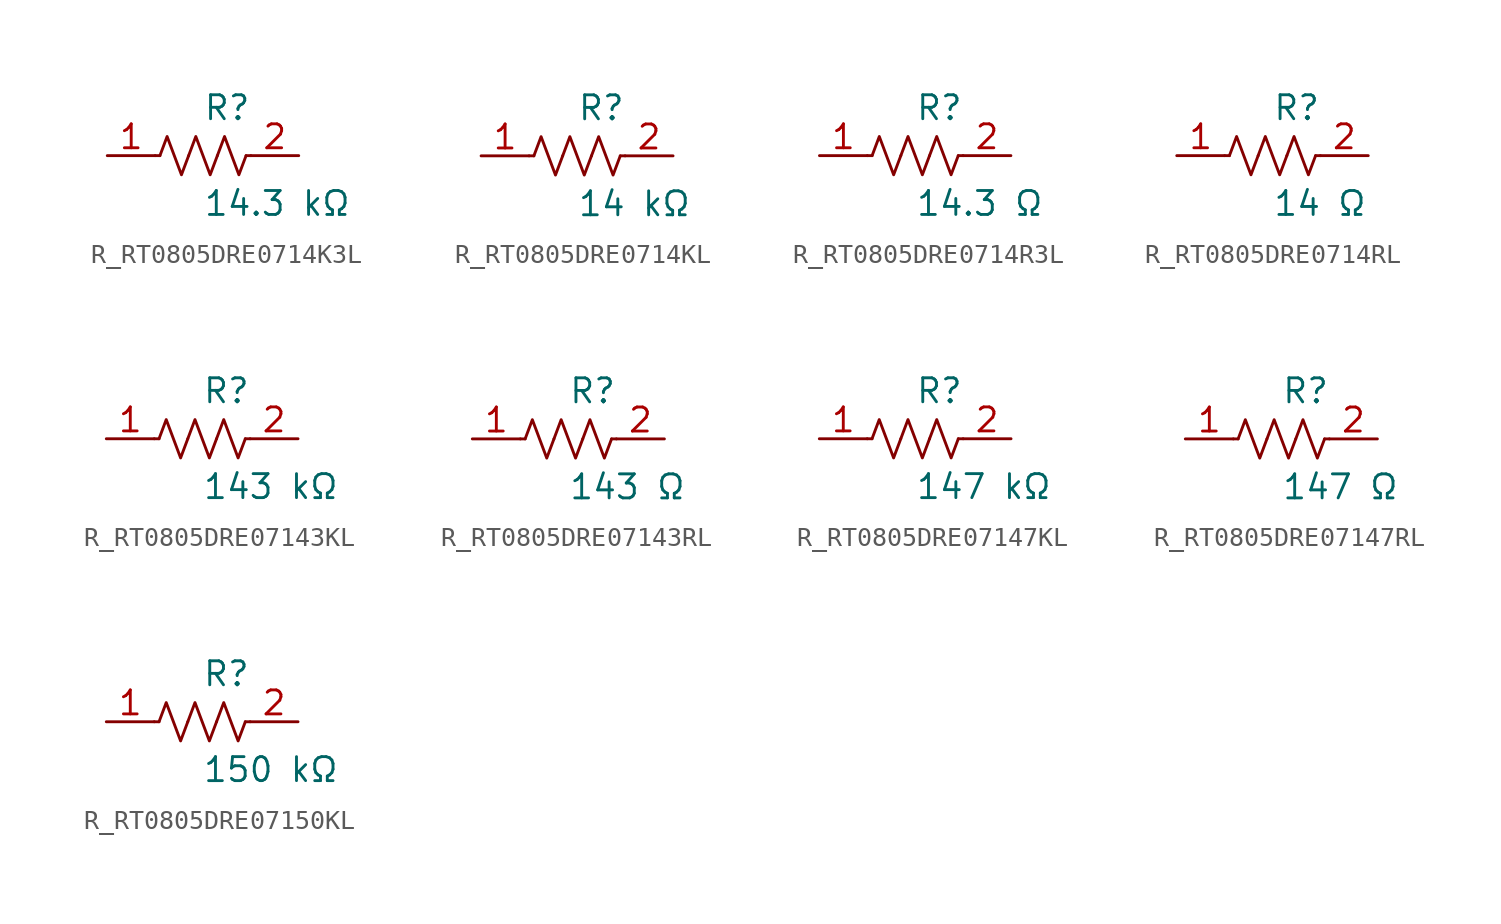
<source format=kicad_sym>
(kicad_symbol_lib
  (version 20231120)
  (generator kicad_symbol_editor)
  (generator_version 8.0)
  (symbol "R_RT0805DRE0714K3L"
    (pin_names
      (offset 0.254))
    (property "Reference" "R"
      (at 0 2.54 0)
      (effects (font (size 1.27 1.27)) (justify left)))
    (property "Value" "14.3 kΩ"
      (at 0 -2.54 0)
      (effects (font (size 1.27 1.27)) (justify left)))
    (symbol "R_RT0805DRE0714K3L_0_1"
      (polyline (pts (xy 2.286 0) (xy 2.54 0)) (stroke (width 0) (type default)) (fill (type none)))
      (polyline (pts (xy -2.286 0) (xy -2.54 0)) (stroke (width 0) (type default)) (fill (type none)))
      (polyline (pts (xy 0.762 0) (xy 1.143 1.016) (xy 1.524 0) (xy 1.905 -1.016) (xy 2.286 0)) (stroke (width 0) (type default)) (fill (type none)))
      (polyline (pts (xy -0.762 0) (xy -0.381 1.016) (xy 0 0) (xy 0.381 -1.016) (xy 0.762 0)) (stroke (width 0) (type default)) (fill (type none)))
      (polyline (pts (xy -2.286 0) (xy -1.905 1.016) (xy -1.524 0) (xy -1.143 -1.016) (xy -0.762 0)) (stroke (width 0) (type default)) (fill (type none))))
    (pin passive line
      (at -5.08 0 0)
      (length 2.54)
      (name "" (effects (font (size 1.27 1.27))))
      (number "1" (effects (font (size 1.27 1.27)))))
    (pin passive line
      (at 5.08 0 180)
      (length 2.54)
      (name "" (effects (font (size 1.27 1.27))))
      (number "2" (effects (font (size 1.27 1.27))))))
  (symbol "R_RT0805DRE0714KL"
    (pin_names
      (offset 0.254))
    (property "Reference" "R"
      (at 0 2.54 0)
      (effects (font (size 1.27 1.27)) (justify left)))
    (property "Value" "14 kΩ"
      (at 0 -2.54 0)
      (effects (font (size 1.27 1.27)) (justify left)))
    (symbol "R_RT0805DRE0714KL_0_1"
      (polyline (pts (xy 2.286 0) (xy 2.54 0)) (stroke (width 0) (type default)) (fill (type none)))
      (polyline (pts (xy -2.286 0) (xy -2.54 0)) (stroke (width 0) (type default)) (fill (type none)))
      (polyline (pts (xy 0.762 0) (xy 1.143 1.016) (xy 1.524 0) (xy 1.905 -1.016) (xy 2.286 0)) (stroke (width 0) (type default)) (fill (type none)))
      (polyline (pts (xy -0.762 0) (xy -0.381 1.016) (xy 0 0) (xy 0.381 -1.016) (xy 0.762 0)) (stroke (width 0) (type default)) (fill (type none)))
      (polyline (pts (xy -2.286 0) (xy -1.905 1.016) (xy -1.524 0) (xy -1.143 -1.016) (xy -0.762 0)) (stroke (width 0) (type default)) (fill (type none))))
    (pin passive line
      (at -5.08 0 0)
      (length 2.54)
      (name "" (effects (font (size 1.27 1.27))))
      (number "1" (effects (font (size 1.27 1.27)))))
    (pin passive line
      (at 5.08 0 180)
      (length 2.54)
      (name "" (effects (font (size 1.27 1.27))))
      (number "2" (effects (font (size 1.27 1.27))))))
  (symbol "R_RT0805DRE0714R3L"
    (pin_names
      (offset 0.254))
    (property "Reference" "R"
      (at 0 2.54 0)
      (effects (font (size 1.27 1.27)) (justify left)))
    (property "Value" "14.3 Ω"
      (at 0 -2.54 0)
      (effects (font (size 1.27 1.27)) (justify left)))
    (symbol "R_RT0805DRE0714R3L_0_1"
      (polyline (pts (xy 2.286 0) (xy 2.54 0)) (stroke (width 0) (type default)) (fill (type none)))
      (polyline (pts (xy -2.286 0) (xy -2.54 0)) (stroke (width 0) (type default)) (fill (type none)))
      (polyline (pts (xy 0.762 0) (xy 1.143 1.016) (xy 1.524 0) (xy 1.905 -1.016) (xy 2.286 0)) (stroke (width 0) (type default)) (fill (type none)))
      (polyline (pts (xy -0.762 0) (xy -0.381 1.016) (xy 0 0) (xy 0.381 -1.016) (xy 0.762 0)) (stroke (width 0) (type default)) (fill (type none)))
      (polyline (pts (xy -2.286 0) (xy -1.905 1.016) (xy -1.524 0) (xy -1.143 -1.016) (xy -0.762 0)) (stroke (width 0) (type default)) (fill (type none))))
    (pin passive line
      (at -5.08 0 0)
      (length 2.54)
      (name "" (effects (font (size 1.27 1.27))))
      (number "1" (effects (font (size 1.27 1.27)))))
    (pin passive line
      (at 5.08 0 180)
      (length 2.54)
      (name "" (effects (font (size 1.27 1.27))))
      (number "2" (effects (font (size 1.27 1.27))))))
  (symbol "R_RT0805DRE0714RL"
    (pin_names
      (offset 0.254))
    (property "Reference" "R"
      (at 0 2.54 0)
      (effects (font (size 1.27 1.27)) (justify left)))
    (property "Value" "14 Ω"
      (at 0 -2.54 0)
      (effects (font (size 1.27 1.27)) (justify left)))
    (symbol "R_RT0805DRE0714RL_0_1"
      (polyline (pts (xy 2.286 0) (xy 2.54 0)) (stroke (width 0) (type default)) (fill (type none)))
      (polyline (pts (xy -2.286 0) (xy -2.54 0)) (stroke (width 0) (type default)) (fill (type none)))
      (polyline (pts (xy 0.762 0) (xy 1.143 1.016) (xy 1.524 0) (xy 1.905 -1.016) (xy 2.286 0)) (stroke (width 0) (type default)) (fill (type none)))
      (polyline (pts (xy -0.762 0) (xy -0.381 1.016) (xy 0 0) (xy 0.381 -1.016) (xy 0.762 0)) (stroke (width 0) (type default)) (fill (type none)))
      (polyline (pts (xy -2.286 0) (xy -1.905 1.016) (xy -1.524 0) (xy -1.143 -1.016) (xy -0.762 0)) (stroke (width 0) (type default)) (fill (type none))))
    (pin passive line
      (at -5.08 0 0)
      (length 2.54)
      (name "" (effects (font (size 1.27 1.27))))
      (number "1" (effects (font (size 1.27 1.27)))))
    (pin passive line
      (at 5.08 0 180)
      (length 2.54)
      (name "" (effects (font (size 1.27 1.27))))
      (number "2" (effects (font (size 1.27 1.27))))))
  (symbol "R_RT0805DRE07143KL"
    (pin_names
      (offset 0.254))
    (property "Reference" "R"
      (at 0 2.54 0)
      (effects (font (size 1.27 1.27)) (justify left)))
    (property "Value" "143 kΩ"
      (at 0 -2.54 0)
      (effects (font (size 1.27 1.27)) (justify left)))
    (symbol "R_RT0805DRE07143KL_0_1"
      (polyline (pts (xy 2.286 0) (xy 2.54 0)) (stroke (width 0) (type default)) (fill (type none)))
      (polyline (pts (xy -2.286 0) (xy -2.54 0)) (stroke (width 0) (type default)) (fill (type none)))
      (polyline (pts (xy 0.762 0) (xy 1.143 1.016) (xy 1.524 0) (xy 1.905 -1.016) (xy 2.286 0)) (stroke (width 0) (type default)) (fill (type none)))
      (polyline (pts (xy -0.762 0) (xy -0.381 1.016) (xy 0 0) (xy 0.381 -1.016) (xy 0.762 0)) (stroke (width 0) (type default)) (fill (type none)))
      (polyline (pts (xy -2.286 0) (xy -1.905 1.016) (xy -1.524 0) (xy -1.143 -1.016) (xy -0.762 0)) (stroke (width 0) (type default)) (fill (type none))))
    (pin passive line
      (at -5.08 0 0)
      (length 2.54)
      (name "" (effects (font (size 1.27 1.27))))
      (number "1" (effects (font (size 1.27 1.27)))))
    (pin passive line
      (at 5.08 0 180)
      (length 2.54)
      (name "" (effects (font (size 1.27 1.27))))
      (number "2" (effects (font (size 1.27 1.27))))))
  (symbol "R_RT0805DRE07143RL"
    (pin_names
      (offset 0.254))
    (property "Reference" "R"
      (at 0 2.54 0)
      (effects (font (size 1.27 1.27)) (justify left)))
    (property "Value" "143 Ω"
      (at 0 -2.54 0)
      (effects (font (size 1.27 1.27)) (justify left)))
    (symbol "R_RT0805DRE07143RL_0_1"
      (polyline (pts (xy 2.286 0) (xy 2.54 0)) (stroke (width 0) (type default)) (fill (type none)))
      (polyline (pts (xy -2.286 0) (xy -2.54 0)) (stroke (width 0) (type default)) (fill (type none)))
      (polyline (pts (xy 0.762 0) (xy 1.143 1.016) (xy 1.524 0) (xy 1.905 -1.016) (xy 2.286 0)) (stroke (width 0) (type default)) (fill (type none)))
      (polyline (pts (xy -0.762 0) (xy -0.381 1.016) (xy 0 0) (xy 0.381 -1.016) (xy 0.762 0)) (stroke (width 0) (type default)) (fill (type none)))
      (polyline (pts (xy -2.286 0) (xy -1.905 1.016) (xy -1.524 0) (xy -1.143 -1.016) (xy -0.762 0)) (stroke (width 0) (type default)) (fill (type none))))
    (pin passive line
      (at -5.08 0 0)
      (length 2.54)
      (name "" (effects (font (size 1.27 1.27))))
      (number "1" (effects (font (size 1.27 1.27)))))
    (pin passive line
      (at 5.08 0 180)
      (length 2.54)
      (name "" (effects (font (size 1.27 1.27))))
      (number "2" (effects (font (size 1.27 1.27))))))
  (symbol "R_RT0805DRE07147KL"
    (pin_names
      (offset 0.254))
    (property "Reference" "R"
      (at 0 2.54 0)
      (effects (font (size 1.27 1.27)) (justify left)))
    (property "Value" "147 kΩ"
      (at 0 -2.54 0)
      (effects (font (size 1.27 1.27)) (justify left)))
    (symbol "R_RT0805DRE07147KL_0_1"
      (polyline (pts (xy 2.286 0) (xy 2.54 0)) (stroke (width 0) (type default)) (fill (type none)))
      (polyline (pts (xy -2.286 0) (xy -2.54 0)) (stroke (width 0) (type default)) (fill (type none)))
      (polyline (pts (xy 0.762 0) (xy 1.143 1.016) (xy 1.524 0) (xy 1.905 -1.016) (xy 2.286 0)) (stroke (width 0) (type default)) (fill (type none)))
      (polyline (pts (xy -0.762 0) (xy -0.381 1.016) (xy 0 0) (xy 0.381 -1.016) (xy 0.762 0)) (stroke (width 0) (type default)) (fill (type none)))
      (polyline (pts (xy -2.286 0) (xy -1.905 1.016) (xy -1.524 0) (xy -1.143 -1.016) (xy -0.762 0)) (stroke (width 0) (type default)) (fill (type none))))
    (pin passive line
      (at -5.08 0 0)
      (length 2.54)
      (name "" (effects (font (size 1.27 1.27))))
      (number "1" (effects (font (size 1.27 1.27)))))
    (pin passive line
      (at 5.08 0 180)
      (length 2.54)
      (name "" (effects (font (size 1.27 1.27))))
      (number "2" (effects (font (size 1.27 1.27))))))
  (symbol "R_RT0805DRE07147RL"
    (pin_names
      (offset 0.254))
    (property "Reference" "R"
      (at 0 2.54 0)
      (effects (font (size 1.27 1.27)) (justify left)))
    (property "Value" "147 Ω"
      (at 0 -2.54 0)
      (effects (font (size 1.27 1.27)) (justify left)))
    (symbol "R_RT0805DRE07147RL_0_1"
      (polyline (pts (xy 2.286 0) (xy 2.54 0)) (stroke (width 0) (type default)) (fill (type none)))
      (polyline (pts (xy -2.286 0) (xy -2.54 0)) (stroke (width 0) (type default)) (fill (type none)))
      (polyline (pts (xy 0.762 0) (xy 1.143 1.016) (xy 1.524 0) (xy 1.905 -1.016) (xy 2.286 0)) (stroke (width 0) (type default)) (fill (type none)))
      (polyline (pts (xy -0.762 0) (xy -0.381 1.016) (xy 0 0) (xy 0.381 -1.016) (xy 0.762 0)) (stroke (width 0) (type default)) (fill (type none)))
      (polyline (pts (xy -2.286 0) (xy -1.905 1.016) (xy -1.524 0) (xy -1.143 -1.016) (xy -0.762 0)) (stroke (width 0) (type default)) (fill (type none))))
    (pin passive line
      (at -5.08 0 0)
      (length 2.54)
      (name "" (effects (font (size 1.27 1.27))))
      (number "1" (effects (font (size 1.27 1.27)))))
    (pin passive line
      (at 5.08 0 180)
      (length 2.54)
      (name "" (effects (font (size 1.27 1.27))))
      (number "2" (effects (font (size 1.27 1.27))))))
  (symbol "R_RT0805DRE07150KL"
    (pin_names
      (offset 0.254))
    (property "Reference" "R"
      (at 0 2.54 0)
      (effects (font (size 1.27 1.27)) (justify left)))
    (property "Value" "150 kΩ"
      (at 0 -2.54 0)
      (effects (font (size 1.27 1.27)) (justify left)))
    (symbol "R_RT0805DRE07150KL_0_1"
      (polyline (pts (xy 2.286 0) (xy 2.54 0)) (stroke (width 0) (type default)) (fill (type none)))
      (polyline (pts (xy -2.286 0) (xy -2.54 0)) (stroke (width 0) (type default)) (fill (type none)))
      (polyline (pts (xy 0.762 0) (xy 1.143 1.016) (xy 1.524 0) (xy 1.905 -1.016) (xy 2.286 0)) (stroke (width 0) (type default)) (fill (type none)))
      (polyline (pts (xy -0.762 0) (xy -0.381 1.016) (xy 0 0) (xy 0.381 -1.016) (xy 0.762 0)) (stroke (width 0) (type default)) (fill (type none)))
      (polyline (pts (xy -2.286 0) (xy -1.905 1.016) (xy -1.524 0) (xy -1.143 -1.016) (xy -0.762 0)) (stroke (width 0) (type default)) (fill (type none))))
    (pin passive line
      (at -5.08 0 0)
      (length 2.54)
      (name "" (effects (font (size 1.27 1.27))))
      (number "1" (effects (font (size 1.27 1.27)))))
    (pin passive line
      (at 5.08 0 180)
      (length 2.54)
      (name "" (effects (font (size 1.27 1.27))))
      (number "2" (effects (font (size 1.27 1.27)))))))
</source>
